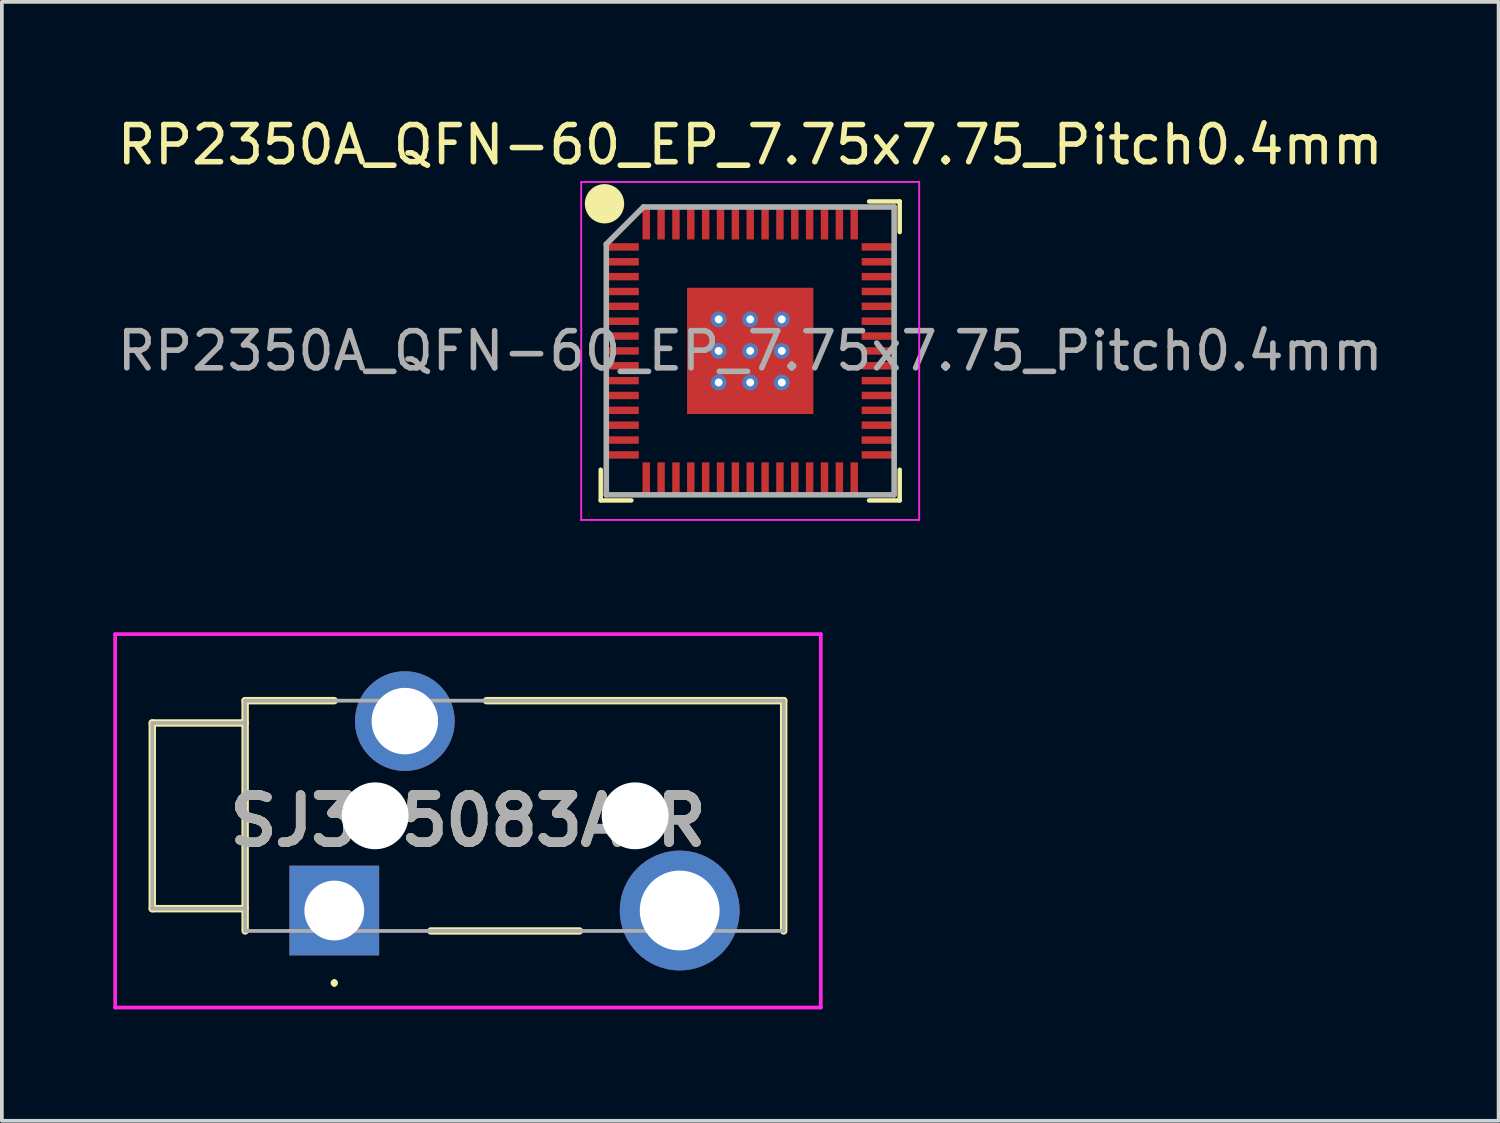
<source format=kicad_pcb>
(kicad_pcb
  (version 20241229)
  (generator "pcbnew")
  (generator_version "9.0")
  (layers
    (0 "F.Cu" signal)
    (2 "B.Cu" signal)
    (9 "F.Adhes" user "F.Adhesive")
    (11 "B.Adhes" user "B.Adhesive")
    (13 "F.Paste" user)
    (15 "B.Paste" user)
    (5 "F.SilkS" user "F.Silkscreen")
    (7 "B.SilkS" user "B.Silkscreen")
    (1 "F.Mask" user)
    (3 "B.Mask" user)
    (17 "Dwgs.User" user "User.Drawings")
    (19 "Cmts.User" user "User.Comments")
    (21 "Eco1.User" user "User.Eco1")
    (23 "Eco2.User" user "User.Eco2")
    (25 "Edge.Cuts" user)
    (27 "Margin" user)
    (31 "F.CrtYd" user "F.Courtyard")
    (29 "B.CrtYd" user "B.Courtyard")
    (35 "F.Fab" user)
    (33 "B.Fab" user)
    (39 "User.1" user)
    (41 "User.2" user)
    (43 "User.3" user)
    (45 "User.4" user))
  (footprint "RP2350A_QFN-60_EP_7.75x7.75_Pitch0.4mm"
    (layer "F.Cu")
    (at 17.149 6.398)
    (property "Reference" "RP2350A_QFN-60_EP_7.75x7.75_Pitch0.4mm" (at 0 -5.55 0) (layer "F.SilkS") (effects (font (size 1 1) (thickness 0.15))))
    (attr smd)
    (fp_line (start -4.025 4.025) (end -4.025 3.2) (stroke (width 0.12) (type default)) (layer "F.SilkS"))
    (fp_line (start -3.2 4.025) (end -4.025 4.025) (stroke (width 0.12) (type default)) (layer "F.SilkS"))
    (fp_line (start 3.2 -4.025) (end 4.025 -4.025) (stroke (width 0.12) (type default)) (layer "F.SilkS"))
    (fp_line (start 3.2 4.025) (end 4.025 4.025) (stroke (width 0.12) (type default)) (layer "F.SilkS"))
    (fp_line (start 4.025 -4.025) (end 4.025 -3.2) (stroke (width 0.12) (type default)) (layer "F.SilkS"))
    (fp_line (start 4.025 4.025) (end 4.025 3.2) (stroke (width 0.12) (type default)) (layer "F.SilkS"))
    (fp_circle (center -3.923 -3.962) (end -3.454 -3.962) (stroke (width 0.12) (type solid)) (fill yes) (layer "F.SilkS"))
    (fp_line (start -4.55 -4.55) (end 4.55 -4.55) (stroke (width 0.05) (type default)) (layer "F.CrtYd"))
    (fp_line (start -4.55 4.55) (end -4.55 -4.55) (stroke (width 0.05) (type default)) (layer "F.CrtYd"))
    (fp_line (start 4.55 -4.55) (end 4.55 4.55) (stroke (width 0.05) (type default)) (layer "F.CrtYd"))
    (fp_line (start 4.55 4.55) (end -4.55 4.55) (stroke (width 0.05) (type default)) (layer "F.CrtYd"))
    (fp_line (start -3.875 -2.875) (end -3.875 3.875) (stroke (width 0.15) (type default)) (layer "F.Fab"))
    (fp_line (start -3.875 3.875) (end 3.875 3.875) (stroke (width 0.15) (type default)) (layer "F.Fab"))
    (fp_line (start -2.875 -3.875) (end -3.875 -2.875) (stroke (width 0.15) (type default)) (layer "F.Fab"))
    (fp_line (start 3.875 -3.875) (end -2.875 -3.875) (stroke (width 0.15) (type default)) (layer "F.Fab"))
    (fp_line (start 3.875 3.875) (end 3.875 -3.875) (stroke (width 0.15) (type default)) (layer "F.Fab"))
    (fp_text user "${REFERENCE}" (at 0 0 0) (layer "F.Fab") (effects (font (size 1 1) (thickness 0.15))))
    (pad "" smd rect (at -1.275 -1.275) (size 0.1 0.1) (layers "F.Paste"))
    (pad "" smd rect (at -1.275 -0.425) (size 0.1 0.1) (layers "F.Paste"))
    (pad "" smd rect (at -1.275 0.425) (size 0.1 0.1) (layers "F.Paste"))
    (pad "" smd rect (at -1.275 1.275) (size 0.1 0.1) (layers "F.Paste"))
    (pad "" smd rect (at -0.425 -1.275) (size 0.1 0.1) (layers "F.Paste"))
    (pad "" smd rect (at -0.425 -0.425) (size 0.1 0.1) (layers "F.Paste"))
    (pad "" smd rect (at -0.425 0.425) (size 0.1 0.1) (layers "F.Paste"))
    (pad "" smd rect (at -0.425 1.275) (size 0.1 0.1) (layers "F.Paste"))
    (pad "" smd rect (at 0.425 -1.275) (size 0.1 0.1) (layers "F.Paste"))
    (pad "" smd rect (at 0.425 -0.425) (size 0.1 0.1) (layers "F.Paste"))
    (pad "" smd rect (at 0.425 0.425) (size 0.1 0.1) (layers "F.Paste"))
    (pad "" smd rect (at 0.425 1.275) (size 0.1 0.1) (layers "F.Paste"))
    (pad "" smd rect (at 1.275 -1.275) (size 0.1 0.1) (layers "F.Paste"))
    (pad "" smd rect (at 1.275 -0.425) (size 0.1 0.1) (layers "F.Paste"))
    (pad "" smd rect (at 1.275 0.425) (size 0.1 0.1) (layers "F.Paste"))
    (pad "" smd rect (at 1.275 1.275) (size 0.1 0.1) (layers "F.Paste"))
    (pad "1" smd rect (at -3.438 -2.8 90) (size 0.2 0.875) (layers "F.Cu" "F.Mask" "F.Paste"))
    (pad "2" smd rect (at -3.438 -2.4 90) (size 0.2 0.875) (layers "F.Cu" "F.Mask" "F.Paste"))
    (pad "3" smd rect (at -3.438 -2 90) (size 0.2 0.875) (layers "F.Cu" "F.Mask" "F.Paste"))
    (pad "4" smd rect (at -3.438 -1.6 90) (size 0.2 0.875) (layers "F.Cu" "F.Mask" "F.Paste"))
    (pad "5" smd rect (at -3.438 -1.2 90) (size 0.2 0.875) (layers "F.Cu" "F.Mask" "F.Paste"))
    (pad "6" smd rect (at -3.438 -0.8 90) (size 0.2 0.875) (layers "F.Cu" "F.Mask" "F.Paste"))
    (pad "7" smd rect (at -3.438 -0.4 90) (size 0.2 0.875) (layers "F.Cu" "F.Mask" "F.Paste"))
    (pad "8" smd rect (at -3.438 0 90) (size 0.2 0.875) (layers "F.Cu" "F.Mask" "F.Paste"))
    (pad "9" smd rect (at -3.438 0.4 90) (size 0.2 0.875) (layers "F.Cu" "F.Mask" "F.Paste"))
    (pad "10" smd rect (at -3.438 0.8 90) (size 0.2 0.875) (layers "F.Cu" "F.Mask" "F.Paste"))
    (pad "11" smd rect (at -3.438 1.2 90) (size 0.2 0.875) (layers "F.Cu" "F.Mask" "F.Paste"))
    (pad "12" smd rect (at -3.438 1.6 90) (size 0.2 0.875) (layers "F.Cu" "F.Mask" "F.Paste"))
    (pad "13" smd rect (at -3.438 2 90) (size 0.2 0.875) (layers "F.Cu" "F.Mask" "F.Paste"))
    (pad "14" smd rect (at -3.438 2.4 90) (size 0.2 0.875) (layers "F.Cu" "F.Mask" "F.Paste"))
    (pad "15" smd rect (at -3.438 2.8 90) (size 0.2 0.875) (layers "F.Cu" "F.Mask" "F.Paste"))
    (pad "16" smd rect (at -2.8 3.438) (size 0.2 0.875) (layers "F.Cu" "F.Mask" "F.Paste"))
    (pad "17" smd rect (at -2.4 3.438) (size 0.2 0.875) (layers "F.Cu" "F.Mask" "F.Paste"))
    (pad "18" smd rect (at -2 3.438) (size 0.2 0.875) (layers "F.Cu" "F.Mask" "F.Paste"))
    (pad "19" smd rect (at -1.6 3.438) (size 0.2 0.875) (layers "F.Cu" "F.Mask" "F.Paste"))
    (pad "20" smd rect (at -1.2 3.438) (size 0.2 0.875) (layers "F.Cu" "F.Mask" "F.Paste"))
    (pad "21" smd rect (at -0.8 3.438) (size 0.2 0.875) (layers "F.Cu" "F.Mask" "F.Paste"))
    (pad "22" smd rect (at -0.4 3.438) (size 0.2 0.875) (layers "F.Cu" "F.Mask" "F.Paste"))
    (pad "23" smd rect (at 0 3.438) (size 0.2 0.875) (layers "F.Cu" "F.Mask" "F.Paste"))
    (pad "24" smd rect (at 0.4 3.438) (size 0.2 0.875) (layers "F.Cu" "F.Mask" "F.Paste"))
    (pad "25" smd rect (at 0.8 3.438) (size 0.2 0.875) (layers "F.Cu" "F.Mask" "F.Paste"))
    (pad "26" smd rect (at 1.2 3.438) (size 0.2 0.875) (layers "F.Cu" "F.Mask" "F.Paste"))
    (pad "27" smd rect (at 1.6 3.438) (size 0.2 0.875) (layers "F.Cu" "F.Mask" "F.Paste"))
    (pad "28" smd rect (at 2 3.438) (size 0.2 0.875) (layers "F.Cu" "F.Mask" "F.Paste"))
    (pad "29" smd rect (at 2.4 3.438) (size 0.2 0.875) (layers "F.Cu" "F.Mask" "F.Paste"))
    (pad "30" smd rect (at 2.8 3.438) (size 0.2 0.875) (layers "F.Cu" "F.Mask" "F.Paste"))
    (pad "31" smd rect (at 3.438 2.8 90) (size 0.2 0.875) (layers "F.Cu" "F.Mask" "F.Paste"))
    (pad "32" smd rect (at 3.438 2.4 90) (size 0.2 0.875) (layers "F.Cu" "F.Mask" "F.Paste"))
    (pad "33" smd rect (at 3.438 2 90) (size 0.2 0.875) (layers "F.Cu" "F.Mask" "F.Paste"))
    (pad "34" smd rect (at 3.438 1.6 90) (size 0.2 0.875) (layers "F.Cu" "F.Mask" "F.Paste"))
    (pad "35" smd rect (at 3.438 1.2 90) (size 0.2 0.875) (layers "F.Cu" "F.Mask" "F.Paste"))
    (pad "36" smd rect (at 3.438 0.8 90) (size 0.2 0.875) (layers "F.Cu" "F.Mask" "F.Paste"))
    (pad "37" smd rect (at 3.438 0.4 90) (size 0.2 0.875) (layers "F.Cu" "F.Mask" "F.Paste"))
    (pad "38" smd rect (at 3.438 0 90) (size 0.2 0.875) (layers "F.Cu" "F.Mask" "F.Paste"))
    (pad "39" smd rect (at 3.438 -0.4 90) (size 0.2 0.875) (layers "F.Cu" "F.Mask" "F.Paste"))
    (pad "40" smd rect (at 3.438 -0.8 90) (size 0.2 0.875) (layers "F.Cu" "F.Mask" "F.Paste"))
    (pad "41" smd rect (at 3.438 -1.2 90) (size 0.2 0.875) (layers "F.Cu" "F.Mask" "F.Paste"))
    (pad "42" smd rect (at 3.438 -1.6 90) (size 0.2 0.875) (layers "F.Cu" "F.Mask" "F.Paste"))
    (pad "43" smd rect (at 3.438 -2 90) (size 0.2 0.875) (layers "F.Cu" "F.Mask" "F.Paste"))
    (pad "44" smd rect (at 3.438 -2.4 90) (size 0.2 0.875) (layers "F.Cu" "F.Mask" "F.Paste"))
    (pad "45" smd rect (at 3.438 -2.8 90) (size 0.2 0.875) (layers "F.Cu" "F.Mask" "F.Paste"))
    (pad "46" smd rect (at 2.8 -3.438) (size 0.2 0.875) (layers "F.Cu" "F.Mask" "F.Paste"))
    (pad "47" smd rect (at 2.4 -3.438) (size 0.2 0.875) (layers "F.Cu" "F.Mask" "F.Paste"))
    (pad "48" smd rect (at 2 -3.438) (size 0.2 0.875) (layers "F.Cu" "F.Mask" "F.Paste"))
    (pad "49" smd rect (at 1.6 -3.438) (size 0.2 0.875) (layers "F.Cu" "F.Mask" "F.Paste"))
    (pad "50" smd rect (at 1.2 -3.438) (size 0.2 0.875) (layers "F.Cu" "F.Mask" "F.Paste"))
    (pad "51" smd rect (at 0.8 -3.438) (size 0.2 0.875) (layers "F.Cu" "F.Mask" "F.Paste"))
    (pad "52" smd rect (at 0.4 -3.438) (size 0.2 0.875) (layers "F.Cu" "F.Mask" "F.Paste"))
    (pad "53" smd rect (at 0 -3.438) (size 0.2 0.875) (layers "F.Cu" "F.Mask" "F.Paste"))
    (pad "54" smd rect (at -0.4 -3.438) (size 0.2 0.875) (layers "F.Cu" "F.Mask" "F.Paste"))
    (pad "55" smd rect (at -0.8 -3.438) (size 0.2 0.875) (layers "F.Cu" "F.Mask" "F.Paste"))
    (pad "56" smd rect (at -1.2 -3.438) (size 0.2 0.875) (layers "F.Cu" "F.Mask" "F.Paste"))
    (pad "57" smd rect (at -1.6 -3.438) (size 0.2 0.875) (layers "F.Cu" "F.Mask" "F.Paste"))
    (pad "58" smd rect (at -2 -3.438) (size 0.2 0.875) (layers "F.Cu" "F.Mask" "F.Paste"))
    (pad "59" smd rect (at -2.4 -3.438) (size 0.2 0.875) (layers "F.Cu" "F.Mask" "F.Paste"))
    (pad "60" smd rect (at -2.8 -3.438) (size 0.2 0.875) (layers "F.Cu" "F.Mask" "F.Paste"))
    (pad "61" thru_hole circle (at -0.85 -0.85) (size 0.425 0.425) (drill 0.212) (property pad_prop_heatsink) (layers "*.Cu" "*.Mask"))
    (pad "61" thru_hole circle (at -0.85 0) (size 0.425 0.425) (drill 0.212) (property pad_prop_heatsink) (layers "*.Cu" "*.Mask"))
    (pad "61" thru_hole circle (at -0.85 0.85) (size 0.425 0.425) (drill 0.212) (property pad_prop_heatsink) (layers "*.Cu" "*.Mask"))
    (pad "61" thru_hole circle (at 0 -0.85) (size 0.425 0.425) (drill 0.212) (property pad_prop_heatsink) (layers "*.Cu" "*.Mask"))
    (pad "61" thru_hole circle (at 0 0) (size 0.425 0.425) (drill 0.212) (property pad_prop_heatsink) (layers "*.Cu" "*.Mask"))
    (pad "61" smd rect (at 0 0) (size 3.4 3.4) (layers "F.Cu" "F.Mask"))
    (pad "61" thru_hole circle (at 0 0.85) (size 0.425 0.425) (drill 0.212) (property pad_prop_heatsink) (layers "*.Cu" "*.Mask"))
    (pad "61" thru_hole circle (at 0.85 -0.85) (size 0.425 0.425) (drill 0.212) (property pad_prop_heatsink) (layers "*.Cu" "*.Mask"))
    (pad "61" thru_hole circle (at 0.85 0) (size 0.425 0.425) (drill 0.212) (property pad_prop_heatsink) (layers "*.Cu" "*.Mask"))
    (pad "61" thru_hole circle (at 0.85 0.85) (size 0.425 0.425) (drill 0.212) (property pad_prop_heatsink) (layers "*.Cu" "*.Mask")))
  (footprint "SJ335083ATR"
    (layer "F.Cu")
    (at 5.95 21.465)
    (property "Reference" "SJ335083ATR" (at 3.6 -2.415 0) (layer "F.SilkS") (effects (font (size 1.27 1.27) (thickness 0.254))))
    (attr through_hole)
    (fp_line (start -4.9 -5.05) (end -4.9 -0.05) (stroke (width 0.2) (type solid)) (layer "F.SilkS"))
    (fp_line (start -4.9 -0.05) (end -2.4 -0.05) (stroke (width 0.2) (type solid)) (layer "F.SilkS"))
    (fp_line (start -2.4 -5.65) (end -2.4 0.55) (stroke (width 0.2) (type solid)) (layer "F.SilkS"))
    (fp_line (start -2.4 -5.05) (end -4.9 -5.05) (stroke (width 0.2) (type solid)) (layer "F.SilkS"))
    (fp_line (start 0 -5.65) (end -2.4 -5.65) (stroke (width 0.2) (type solid)) (layer "F.SilkS"))
    (fp_line (start 0 1.9) (end 0 1.9) (stroke (width 0.1) (type solid)) (layer "F.SilkS"))
    (fp_line (start 0 2) (end 0 2) (stroke (width 0.1) (type solid)) (layer "F.SilkS"))
    (fp_line (start 2.6 0.55) (end 6.6 0.55) (stroke (width 0.2) (type solid)) (layer "F.SilkS"))
    (fp_line (start 4.1 -5.65) (end 12.1 -5.65) (stroke (width 0.2) (type solid)) (layer "F.SilkS"))
    (fp_line (start 12.1 -5.65) (end 12.1 0.55) (stroke (width 0.2) (type solid)) (layer "F.SilkS"))
    (fp_arc (start 0 1.9) (mid 0.05 1.95) (end 0 2) (stroke (width 0.1) (type solid)) (layer "F.SilkS"))
    (fp_arc (start 0 2) (mid -0.05 1.95) (end 0 1.9) (stroke (width 0.1) (type solid)) (layer "F.SilkS"))
    (fp_line (start -5.9 -7.442) (end 13.1 -7.442) (stroke (width 0.1) (type solid)) (layer "F.CrtYd"))
    (fp_line (start -5.9 2.612) (end -5.9 -7.442) (stroke (width 0.1) (type solid)) (layer "F.CrtYd"))
    (fp_line (start 13.1 -7.442) (end 13.1 2.612) (stroke (width 0.1) (type solid)) (layer "F.CrtYd"))
    (fp_line (start 13.1 2.612) (end -5.9 2.612) (stroke (width 0.1) (type solid)) (layer "F.CrtYd"))
    (fp_line (start -4.9 -5.05) (end -4.9 -0.05) (stroke (width 0.1) (type solid)) (layer "F.Fab"))
    (fp_line (start -4.9 -0.05) (end -2.4 -0.05) (stroke (width 0.1) (type solid)) (layer "F.Fab"))
    (fp_line (start -2.4 -5.65) (end 12.1 -5.65) (stroke (width 0.1) (type solid)) (layer "F.Fab"))
    (fp_line (start -2.4 -5.05) (end -4.9 -5.05) (stroke (width 0.1) (type solid)) (layer "F.Fab"))
    (fp_line (start -2.4 0.55) (end -2.4 -5.65) (stroke (width 0.1) (type solid)) (layer "F.Fab"))
    (fp_line (start 12.1 -5.65) (end 12.1 0.55) (stroke (width 0.1) (type solid)) (layer "F.Fab"))
    (fp_line (start 12.1 0.55) (end -2.4 0.55) (stroke (width 0.1) (type solid)) (layer "F.Fab"))
    (fp_text user "${REFERENCE}" (at 3.6 -2.415 0) (layer "F.Fab") (effects (font (size 1.27 1.27) (thickness 0.254))))
    (pad "" np_thru_hole circle (at 1.1 -2.55) (size 1.8 1.8) (drill 1.8) (layers "*.Cu" "*.Mask"))
    (pad "" np_thru_hole circle (at 8.1 -2.55) (size 1.8 1.8) (drill 1.8) (layers "*.Cu" "*.Mask"))
    (pad "R" thru_hole circle (at 1.9 -5.1) (size 2.685 2.685) (drill 1.79) (layers "*.Cu" "*.Mask"))
    (pad "S" thru_hole rect (at 0 0) (size 2.415 2.415) (drill 1.61) (layers "*.Cu" "*.Mask"))
    (pad "T" thru_hole circle (at 9.3 0) (size 3.225 3.225) (drill 2.15) (layers "*.Cu" "*.Mask")))
  (gr_rect
    (start -3 -3)
    (end 37.298 27.127)
    (stroke (width 0.1) (type default))
    (fill no)
    (layer "Edge.Cuts")))
</source>
